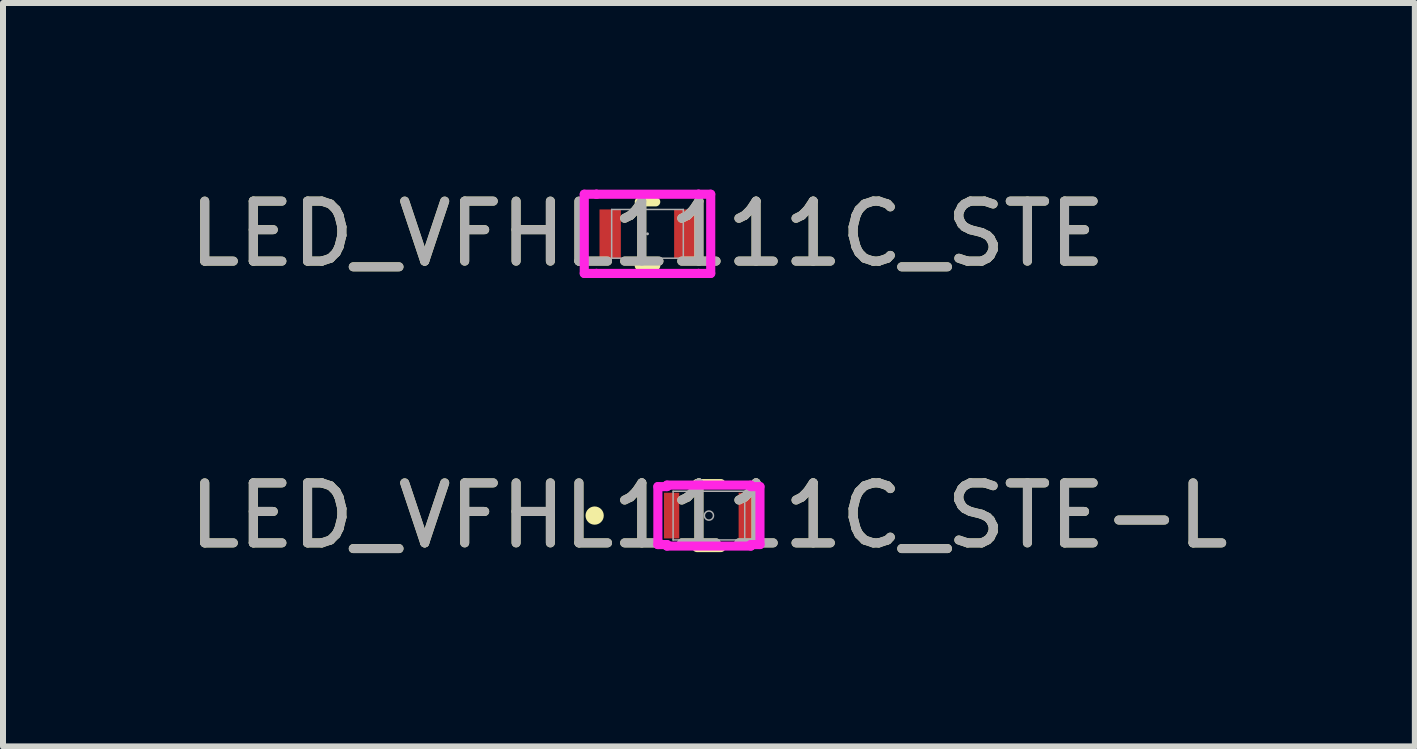
<source format=kicad_pcb>
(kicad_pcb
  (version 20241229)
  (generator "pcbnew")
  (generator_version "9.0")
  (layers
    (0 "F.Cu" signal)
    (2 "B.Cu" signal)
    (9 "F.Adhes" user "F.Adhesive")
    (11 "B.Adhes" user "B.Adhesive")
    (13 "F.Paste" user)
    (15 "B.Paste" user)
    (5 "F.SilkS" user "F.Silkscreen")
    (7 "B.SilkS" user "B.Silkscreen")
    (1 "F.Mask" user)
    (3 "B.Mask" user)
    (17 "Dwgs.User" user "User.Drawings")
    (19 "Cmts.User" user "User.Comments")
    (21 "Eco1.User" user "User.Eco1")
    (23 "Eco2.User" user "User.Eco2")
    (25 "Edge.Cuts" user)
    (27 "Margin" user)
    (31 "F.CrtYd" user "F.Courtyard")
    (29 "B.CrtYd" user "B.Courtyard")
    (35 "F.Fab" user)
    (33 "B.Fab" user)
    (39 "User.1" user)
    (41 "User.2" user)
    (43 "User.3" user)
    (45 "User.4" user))
  (footprint "LED_VFHL1111C_STE-L"
    (layer "F.Cu")
    (at 8.768 5.545)
    (property "Reference" "LED_VFHL1111C_STE-L" (at 0 0 0) (unlocked yes) (layer "F.SilkS") (effects (font (size 1 1) (thickness 0.15))))
    (attr smd)
    (fp_line (start -0.2 0.533) (end 0.2 0.533) (stroke (width 0.152) (type solid)) (layer "F.SilkS"))
    (fp_line (start 0.2 -0.533) (end -0.2 -0.533) (stroke (width 0.152) (type solid)) (layer "F.SilkS"))
    (fp_circle (center -1.905 0) (end -1.829 0) (stroke (width 0.152) (type solid)) (fill no) (layer "F.SilkS"))
    (fp_line (start -0.851 -0.483) (end -0.699 -0.483) (stroke (width 0.152) (type solid)) (layer "F.CrtYd"))
    (fp_line (start -0.851 0.483) (end -0.851 -0.483) (stroke (width 0.152) (type solid)) (layer "F.CrtYd"))
    (fp_line (start -0.851 0.483) (end -0.699 0.483) (stroke (width 0.152) (type solid)) (layer "F.CrtYd"))
    (fp_line (start -0.699 -0.508) (end 0.699 -0.508) (stroke (width 0.152) (type solid)) (layer "F.CrtYd"))
    (fp_line (start -0.699 -0.483) (end -0.699 -0.508) (stroke (width 0.152) (type solid)) (layer "F.CrtYd"))
    (fp_line (start -0.699 0.508) (end -0.699 0.483) (stroke (width 0.152) (type solid)) (layer "F.CrtYd"))
    (fp_line (start 0.699 -0.508) (end 0.699 -0.483) (stroke (width 0.152) (type solid)) (layer "F.CrtYd"))
    (fp_line (start 0.699 0.483) (end 0.699 0.508) (stroke (width 0.152) (type solid)) (layer "F.CrtYd"))
    (fp_line (start 0.699 0.508) (end -0.699 0.508) (stroke (width 0.152) (type solid)) (layer "F.CrtYd"))
    (fp_line (start 0.851 -0.483) (end 0.699 -0.483) (stroke (width 0.152) (type solid)) (layer "F.CrtYd"))
    (fp_line (start 0.851 -0.483) (end 0.851 0.483) (stroke (width 0.152) (type solid)) (layer "F.CrtYd"))
    (fp_line (start 0.851 0.483) (end 0.699 0.483) (stroke (width 0.152) (type solid)) (layer "F.CrtYd"))
    (fp_line (start -0.597 -0.406) (end -0.597 0.406) (stroke (width 0.025) (type solid)) (layer "F.Fab"))
    (fp_line (start -0.597 0.406) (end 0.597 0.406) (stroke (width 0.025) (type solid)) (layer "F.Fab"))
    (fp_line (start 0.597 -0.406) (end -0.597 -0.406) (stroke (width 0.025) (type solid)) (layer "F.Fab"))
    (fp_line (start 0.597 0.406) (end 0.597 -0.406) (stroke (width 0.025) (type solid)) (layer "F.Fab"))
    (fp_circle (center 0 0) (end 0.076 0) (stroke (width 0.025) (type solid)) (fill no) (layer "F.Fab"))
    (fp_text user "${REFERENCE}" (at 0 0 0) (unlocked yes) (layer "F.Fab") (effects (font (size 1 1) (thickness 0.15))))
    (pad "1" smd rect (at -0.622 0) (size 0.254 0.762) (layers "F.Cu" "F.Mask" "F.Paste"))
    (pad "2" smd rect (at 0.622 0) (size 0.254 0.762) (layers "F.Cu" "F.Mask" "F.Paste")))
  (footprint "LED_VFHL1111C_STE"
    (layer "F.Cu")
    (at 7.744 0.848)
    (property "Reference" "LED_VFHL1111C_STE" (at 0 0 0) (unlocked yes) (layer "F.SilkS") (effects (font (size 1 1) (thickness 0.15))))
    (attr smd)
    (fp_line (start -0.137 0.533) (end 0.137 0.533) (stroke (width 0.152) (type solid)) (layer "F.SilkS"))
    (fp_line (start 0.137 -0.533) (end -0.137 -0.533) (stroke (width 0.152) (type solid)) (layer "F.SilkS"))
    (fp_line (start -1.054 -0.66) (end -0.851 -0.66) (stroke (width 0.152) (type solid)) (layer "F.CrtYd"))
    (fp_line (start -1.054 0.66) (end -1.054 -0.66) (stroke (width 0.152) (type solid)) (layer "F.CrtYd"))
    (fp_line (start -1.054 0.66) (end -0.851 0.66) (stroke (width 0.152) (type solid)) (layer "F.CrtYd"))
    (fp_line (start -0.851 -0.66) (end -0.851 -0.66) (stroke (width 0.152) (type solid)) (layer "F.CrtYd"))
    (fp_line (start -0.851 -0.66) (end 0.851 -0.66) (stroke (width 0.152) (type solid)) (layer "F.CrtYd"))
    (fp_line (start -0.851 0.66) (end -0.851 0.66) (stroke (width 0.152) (type solid)) (layer "F.CrtYd"))
    (fp_line (start 0.851 -0.66) (end 0.851 -0.66) (stroke (width 0.152) (type solid)) (layer "F.CrtYd"))
    (fp_line (start 0.851 0.66) (end -0.851 0.66) (stroke (width 0.152) (type solid)) (layer "F.CrtYd"))
    (fp_line (start 0.851 0.66) (end 0.851 0.66) (stroke (width 0.152) (type solid)) (layer "F.CrtYd"))
    (fp_line (start 1.054 -0.66) (end 0.851 -0.66) (stroke (width 0.152) (type solid)) (layer "F.CrtYd"))
    (fp_line (start 1.054 -0.66) (end 1.054 0.66) (stroke (width 0.152) (type solid)) (layer "F.CrtYd"))
    (fp_line (start 1.054 0.66) (end 0.851 0.66) (stroke (width 0.152) (type solid)) (layer "F.CrtYd"))
    (fp_line (start -0.597 -0.406) (end -0.597 0.406) (stroke (width 0.025) (type solid)) (layer "F.Fab"))
    (fp_line (start -0.597 0.406) (end 0.597 0.406) (stroke (width 0.025) (type solid)) (layer "F.Fab"))
    (fp_line (start 0.597 -0.406) (end -0.597 -0.406) (stroke (width 0.025) (type solid)) (layer "F.Fab"))
    (fp_line (start 0.597 0.406) (end 0.597 -0.406) (stroke (width 0.025) (type solid)) (layer "F.Fab"))
    (fp_circle (center 0 0) (end 0 0) (stroke (width 0.025) (type solid)) (fill no) (layer "F.Fab"))
    (fp_text user "${REFERENCE}" (at 0 0 0) (unlocked yes) (layer "F.Fab") (effects (font (size 1 1) (thickness 0.15))))
    (pad "1" smd rect (at -0.622 0) (size 0.356 0.813) (layers "F.Cu" "F.Mask" "F.Paste"))
    (pad "2" smd rect (at 0.622 0) (size 0.356 0.813) (layers "F.Cu" "F.Mask" "F.Paste")))
  (gr_rect
    (start -3 -3)
    (end 20.536 9.393)
    (stroke (width 0.1) (type default))
    (fill no)
    (layer "Edge.Cuts")))
</source>
